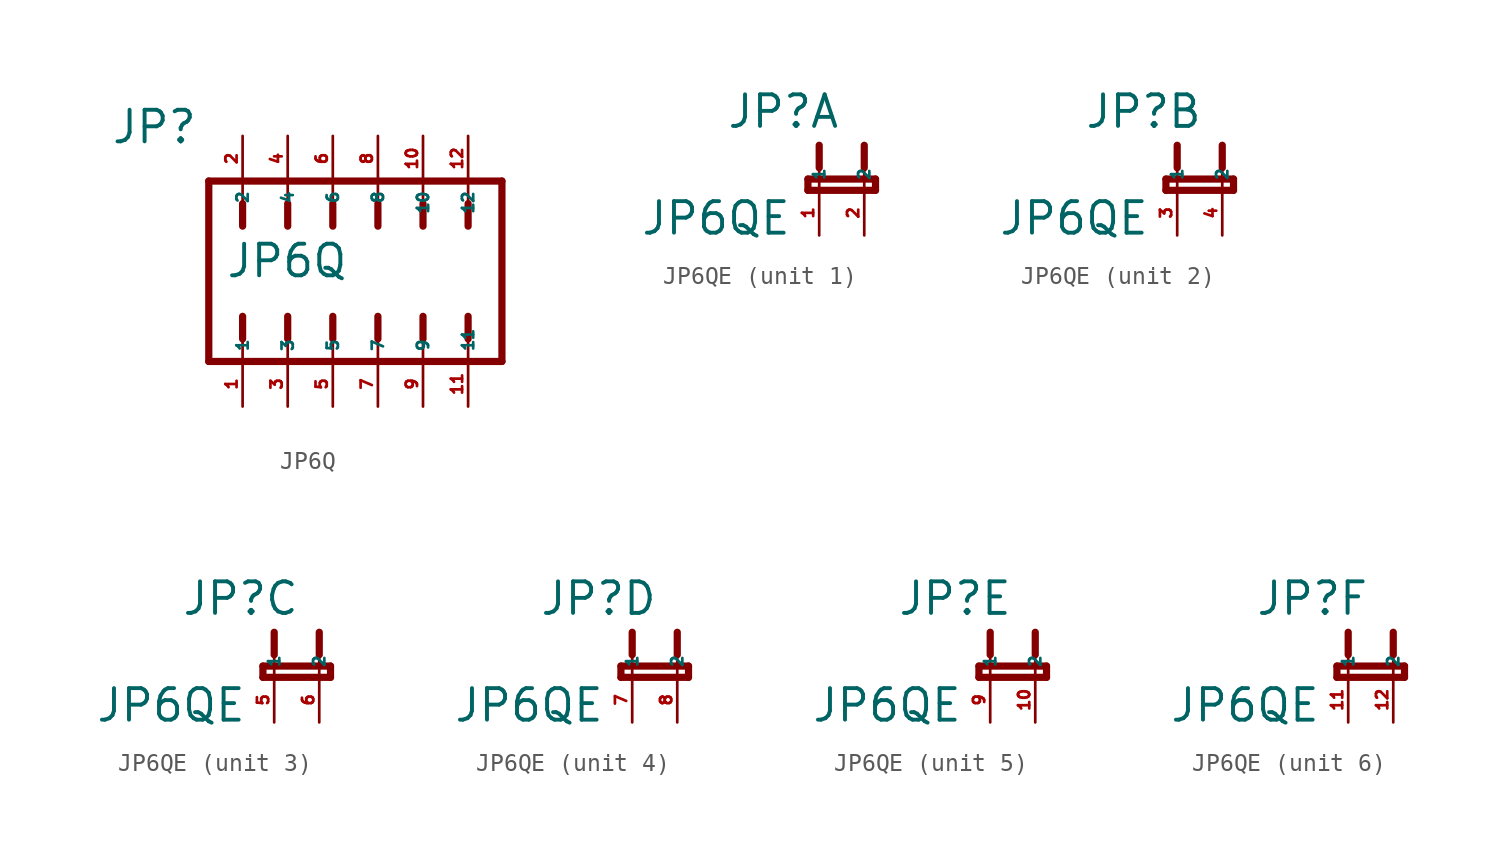
<source format=kicad_sym>
(kicad_symbol_lib
  (version 20220914)
  (generator kicad_symbol_editor)
  (symbol "JP6Q"
    (property "Reference" "JP"
      (at -15.062 7.087 0)
      (effects (font (size 1.778 1.778) (thickness 0.22)) (justify left bottom)))
    (property "Value" "JP6Q"
      (at -8.611 -0.457 0)
      (effects (font (size 1.778 1.778) (thickness 0.22)) (justify left bottom)))
    (symbol "JP6Q_1_1"
      (polyline (pts (xy -9.525 -5.08) (xy 6.985 -5.08)) (stroke (width 0.406) (type default)) (fill (type none)))
      (polyline (pts (xy -9.525 5.08) (xy -9.525 -5.08)) (stroke (width 0.406) (type default)) (fill (type none)))
      (polyline (pts (xy -7.62 -3.81) (xy -7.62 -5.08)) (stroke (width 0.152) (type default)) (fill (type none)))
      (polyline (pts (xy -7.62 -2.54) (xy -7.62 -3.81)) (stroke (width 0.406) (type default)) (fill (type none)))
      (polyline (pts (xy -7.62 2.54) (xy -7.62 3.81)) (stroke (width 0.406) (type default)) (fill (type none)))
      (polyline (pts (xy -7.62 3.81) (xy -7.62 5.08)) (stroke (width 0.152) (type default)) (fill (type none)))
      (polyline (pts (xy -5.08 -3.81) (xy -5.08 -5.08)) (stroke (width 0.152) (type default)) (fill (type none)))
      (polyline (pts (xy -5.08 -2.54) (xy -5.08 -3.81)) (stroke (width 0.406) (type default)) (fill (type none)))
      (polyline (pts (xy -5.08 2.54) (xy -5.08 3.81)) (stroke (width 0.406) (type default)) (fill (type none)))
      (polyline (pts (xy -5.08 3.81) (xy -5.08 5.08)) (stroke (width 0.152) (type default)) (fill (type none)))
      (polyline (pts (xy -2.54 -3.81) (xy -2.54 -5.08)) (stroke (width 0.152) (type default)) (fill (type none)))
      (polyline (pts (xy -2.54 -2.54) (xy -2.54 -3.81)) (stroke (width 0.406) (type default)) (fill (type none)))
      (polyline (pts (xy -2.54 2.54) (xy -2.54 3.81)) (stroke (width 0.406) (type default)) (fill (type none)))
      (polyline (pts (xy -2.54 3.81) (xy -2.54 5.08)) (stroke (width 0.152) (type default)) (fill (type none)))
      (polyline (pts (xy 0 -3.81) (xy 0 -5.08)) (stroke (width 0.152) (type default)) (fill (type none)))
      (polyline (pts (xy 0 -2.54) (xy 0 -3.81)) (stroke (width 0.406) (type default)) (fill (type none)))
      (polyline (pts (xy 0 2.54) (xy 0 3.81)) (stroke (width 0.406) (type default)) (fill (type none)))
      (polyline (pts (xy 0 3.81) (xy 0 5.08)) (stroke (width 0.152) (type default)) (fill (type none)))
      (polyline (pts (xy 2.54 -3.81) (xy 2.54 -5.08)) (stroke (width 0.152) (type default)) (fill (type none)))
      (polyline (pts (xy 2.54 -2.54) (xy 2.54 -3.81)) (stroke (width 0.406) (type default)) (fill (type none)))
      (polyline (pts (xy 2.54 2.54) (xy 2.54 3.81)) (stroke (width 0.406) (type default)) (fill (type none)))
      (polyline (pts (xy 2.54 3.81) (xy 2.54 5.08)) (stroke (width 0.152) (type default)) (fill (type none)))
      (polyline (pts (xy 5.08 -3.81) (xy 5.08 -5.08)) (stroke (width 0.152) (type default)) (fill (type none)))
      (polyline (pts (xy 5.08 -2.54) (xy 5.08 -3.81)) (stroke (width 0.406) (type default)) (fill (type none)))
      (polyline (pts (xy 5.08 2.54) (xy 5.08 3.81)) (stroke (width 0.406) (type default)) (fill (type none)))
      (polyline (pts (xy 5.08 3.81) (xy 5.08 5.08)) (stroke (width 0.152) (type default)) (fill (type none)))
      (polyline (pts (xy 6.985 -5.08) (xy 6.985 5.08)) (stroke (width 0.406) (type default)) (fill (type none)))
      (polyline (pts (xy 6.985 5.08) (xy -9.525 5.08)) (stroke (width 0.406) (type default)) (fill (type none)))
      (pin passive line (at -7.62 -7.62 90) (length 2.54) (name "1" (effects (font (size 0.635 0.635)))) (number "1" (effects (font (size 0.635 0.635)))))
      (pin passive line (at 2.54 7.62 270) (length 2.54) (name "10" (effects (font (size 0.635 0.635)))) (number "10" (effects (font (size 0.635 0.635)))))
      (pin passive line (at 5.08 -7.62 90) (length 2.54) (name "11" (effects (font (size 0.635 0.635)))) (number "11" (effects (font (size 0.635 0.635)))))
      (pin passive line (at 5.08 7.62 270) (length 2.54) (name "12" (effects (font (size 0.635 0.635)))) (number "12" (effects (font (size 0.635 0.635)))))
      (pin passive line (at -7.62 7.62 270) (length 2.54) (name "2" (effects (font (size 0.635 0.635)))) (number "2" (effects (font (size 0.635 0.635)))))
      (pin passive line (at -5.08 -7.62 90) (length 2.54) (name "3" (effects (font (size 0.635 0.635)))) (number "3" (effects (font (size 0.635 0.635)))))
      (pin passive line (at -5.08 7.62 270) (length 2.54) (name "4" (effects (font (size 0.635 0.635)))) (number "4" (effects (font (size 0.635 0.635)))))
      (pin passive line (at -2.54 -7.62 90) (length 2.54) (name "5" (effects (font (size 0.635 0.635)))) (number "5" (effects (font (size 0.635 0.635)))))
      (pin passive line (at -2.54 7.62 270) (length 2.54) (name "6" (effects (font (size 0.635 0.635)))) (number "6" (effects (font (size 0.635 0.635)))))
      (pin passive line (at 0 -7.62 90) (length 2.54) (name "7" (effects (font (size 0.635 0.635)))) (number "7" (effects (font (size 0.635 0.635)))))
      (pin passive line (at 0 7.62 270) (length 2.54) (name "8" (effects (font (size 0.635 0.635)))) (number "8" (effects (font (size 0.635 0.635)))))
      (pin passive line (at 2.54 -7.62 90) (length 2.54) (name "9" (effects (font (size 0.635 0.635)))) (number "9" (effects (font (size 0.635 0.635)))))))
  (symbol "JP6QE"
    (property "Reference" "JP"
      (at -5.258 3.404 0)
      (effects (font (size 1.778 1.778) (thickness 0.22)) (justify left bottom)))
    (property "Value" "JP6QE"
      (at -10.109 -2.616 0)
      (effects (font (size 1.778 1.778) (thickness 0.22)) (justify left bottom)))
    (symbol "JP6QE_1_0"
      (polyline (pts (xy -0.635 0) (xy 3.175 0)) (stroke (width 0.406) (type default)) (fill (type none)))
      (polyline (pts (xy -0.635 0.635) (xy -0.635 0)) (stroke (width 0.406) (type default)) (fill (type none)))
      (polyline (pts (xy 0 0) (xy 0 1.27)) (stroke (width 0.152) (type default)) (fill (type none)))
      (polyline (pts (xy 0 2.54) (xy 0 1.27)) (stroke (width 0.406) (type default)) (fill (type none)))
      (polyline (pts (xy 2.54 0) (xy 2.54 1.27)) (stroke (width 0.152) (type default)) (fill (type none)))
      (polyline (pts (xy 2.54 2.54) (xy 2.54 1.27)) (stroke (width 0.406) (type default)) (fill (type none)))
      (polyline (pts (xy 3.175 0) (xy 3.175 0.635)) (stroke (width 0.406) (type default)) (fill (type none)))
      (polyline (pts (xy 3.175 0.635) (xy -0.635 0.635)) (stroke (width 0.406) (type default)) (fill (type none)))
      (pin passive line (at 0 -2.54 90) (length 2.54) (name "1" (effects (font (size 0.635 0.635)))) (number "1" (effects (font (size 0.635 0.635)))))
      (pin passive line (at 2.54 -2.54 90) (length 2.54) (name "2" (effects (font (size 0.635 0.635)))) (number "2" (effects (font (size 0.635 0.635))))))
    (symbol "JP6QE_2_0"
      (polyline (pts (xy -0.635 0) (xy 3.175 0)) (stroke (width 0.406) (type default)) (fill (type none)))
      (polyline (pts (xy -0.635 0.635) (xy -0.635 0)) (stroke (width 0.406) (type default)) (fill (type none)))
      (polyline (pts (xy 0 0) (xy 0 1.27)) (stroke (width 0.152) (type default)) (fill (type none)))
      (polyline (pts (xy 0 2.54) (xy 0 1.27)) (stroke (width 0.406) (type default)) (fill (type none)))
      (polyline (pts (xy 2.54 0) (xy 2.54 1.27)) (stroke (width 0.152) (type default)) (fill (type none)))
      (polyline (pts (xy 2.54 2.54) (xy 2.54 1.27)) (stroke (width 0.406) (type default)) (fill (type none)))
      (polyline (pts (xy 3.175 0) (xy 3.175 0.635)) (stroke (width 0.406) (type default)) (fill (type none)))
      (polyline (pts (xy 3.175 0.635) (xy -0.635 0.635)) (stroke (width 0.406) (type default)) (fill (type none)))
      (pin passive line (at 0 -2.54 90) (length 2.54) (name "1" (effects (font (size 0.635 0.635)))) (number "3" (effects (font (size 0.635 0.635)))))
      (pin passive line (at 2.54 -2.54 90) (length 2.54) (name "2" (effects (font (size 0.635 0.635)))) (number "4" (effects (font (size 0.635 0.635))))))
    (symbol "JP6QE_3_0"
      (polyline (pts (xy -0.635 0) (xy 3.175 0)) (stroke (width 0.406) (type default)) (fill (type none)))
      (polyline (pts (xy -0.635 0.635) (xy -0.635 0)) (stroke (width 0.406) (type default)) (fill (type none)))
      (polyline (pts (xy 0 0) (xy 0 1.27)) (stroke (width 0.152) (type default)) (fill (type none)))
      (polyline (pts (xy 0 2.54) (xy 0 1.27)) (stroke (width 0.406) (type default)) (fill (type none)))
      (polyline (pts (xy 2.54 0) (xy 2.54 1.27)) (stroke (width 0.152) (type default)) (fill (type none)))
      (polyline (pts (xy 2.54 2.54) (xy 2.54 1.27)) (stroke (width 0.406) (type default)) (fill (type none)))
      (polyline (pts (xy 3.175 0) (xy 3.175 0.635)) (stroke (width 0.406) (type default)) (fill (type none)))
      (polyline (pts (xy 3.175 0.635) (xy -0.635 0.635)) (stroke (width 0.406) (type default)) (fill (type none)))
      (pin passive line (at 0 -2.54 90) (length 2.54) (name "1" (effects (font (size 0.635 0.635)))) (number "5" (effects (font (size 0.635 0.635)))))
      (pin passive line (at 2.54 -2.54 90) (length 2.54) (name "2" (effects (font (size 0.635 0.635)))) (number "6" (effects (font (size 0.635 0.635))))))
    (symbol "JP6QE_4_0"
      (polyline (pts (xy -0.635 0) (xy 3.175 0)) (stroke (width 0.406) (type default)) (fill (type none)))
      (polyline (pts (xy -0.635 0.635) (xy -0.635 0)) (stroke (width 0.406) (type default)) (fill (type none)))
      (polyline (pts (xy 0 0) (xy 0 1.27)) (stroke (width 0.152) (type default)) (fill (type none)))
      (polyline (pts (xy 0 2.54) (xy 0 1.27)) (stroke (width 0.406) (type default)) (fill (type none)))
      (polyline (pts (xy 2.54 0) (xy 2.54 1.27)) (stroke (width 0.152) (type default)) (fill (type none)))
      (polyline (pts (xy 2.54 2.54) (xy 2.54 1.27)) (stroke (width 0.406) (type default)) (fill (type none)))
      (polyline (pts (xy 3.175 0) (xy 3.175 0.635)) (stroke (width 0.406) (type default)) (fill (type none)))
      (polyline (pts (xy 3.175 0.635) (xy -0.635 0.635)) (stroke (width 0.406) (type default)) (fill (type none)))
      (pin passive line (at 0 -2.54 90) (length 2.54) (name "1" (effects (font (size 0.635 0.635)))) (number "7" (effects (font (size 0.635 0.635)))))
      (pin passive line (at 2.54 -2.54 90) (length 2.54) (name "2" (effects (font (size 0.635 0.635)))) (number "8" (effects (font (size 0.635 0.635))))))
    (symbol "JP6QE_5_0"
      (polyline (pts (xy -0.635 0) (xy 3.175 0)) (stroke (width 0.406) (type default)) (fill (type none)))
      (polyline (pts (xy -0.635 0.635) (xy -0.635 0)) (stroke (width 0.406) (type default)) (fill (type none)))
      (polyline (pts (xy 0 0) (xy 0 1.27)) (stroke (width 0.152) (type default)) (fill (type none)))
      (polyline (pts (xy 0 2.54) (xy 0 1.27)) (stroke (width 0.406) (type default)) (fill (type none)))
      (polyline (pts (xy 2.54 0) (xy 2.54 1.27)) (stroke (width 0.152) (type default)) (fill (type none)))
      (polyline (pts (xy 2.54 2.54) (xy 2.54 1.27)) (stroke (width 0.406) (type default)) (fill (type none)))
      (polyline (pts (xy 3.175 0) (xy 3.175 0.635)) (stroke (width 0.406) (type default)) (fill (type none)))
      (polyline (pts (xy 3.175 0.635) (xy -0.635 0.635)) (stroke (width 0.406) (type default)) (fill (type none)))
      (pin passive line (at 2.54 -2.54 90) (length 2.54) (name "2" (effects (font (size 0.635 0.635)))) (number "10" (effects (font (size 0.635 0.635)))))
      (pin passive line (at 0 -2.54 90) (length 2.54) (name "1" (effects (font (size 0.635 0.635)))) (number "9" (effects (font (size 0.635 0.635))))))
    (symbol "JP6QE_6_0"
      (polyline (pts (xy -0.635 0) (xy 3.175 0)) (stroke (width 0.406) (type default)) (fill (type none)))
      (polyline (pts (xy -0.635 0.635) (xy -0.635 0)) (stroke (width 0.406) (type default)) (fill (type none)))
      (polyline (pts (xy 0 0) (xy 0 1.27)) (stroke (width 0.152) (type default)) (fill (type none)))
      (polyline (pts (xy 0 2.54) (xy 0 1.27)) (stroke (width 0.406) (type default)) (fill (type none)))
      (polyline (pts (xy 2.54 0) (xy 2.54 1.27)) (stroke (width 0.152) (type default)) (fill (type none)))
      (polyline (pts (xy 2.54 2.54) (xy 2.54 1.27)) (stroke (width 0.406) (type default)) (fill (type none)))
      (polyline (pts (xy 3.175 0) (xy 3.175 0.635)) (stroke (width 0.406) (type default)) (fill (type none)))
      (polyline (pts (xy 3.175 0.635) (xy -0.635 0.635)) (stroke (width 0.406) (type default)) (fill (type none)))
      (pin passive line (at 0 -2.54 90) (length 2.54) (name "1" (effects (font (size 0.635 0.635)))) (number "11" (effects (font (size 0.635 0.635)))))
      (pin passive line (at 2.54 -2.54 90) (length 2.54) (name "2" (effects (font (size 0.635 0.635)))) (number "12" (effects (font (size 0.635 0.635))))))))
</source>
